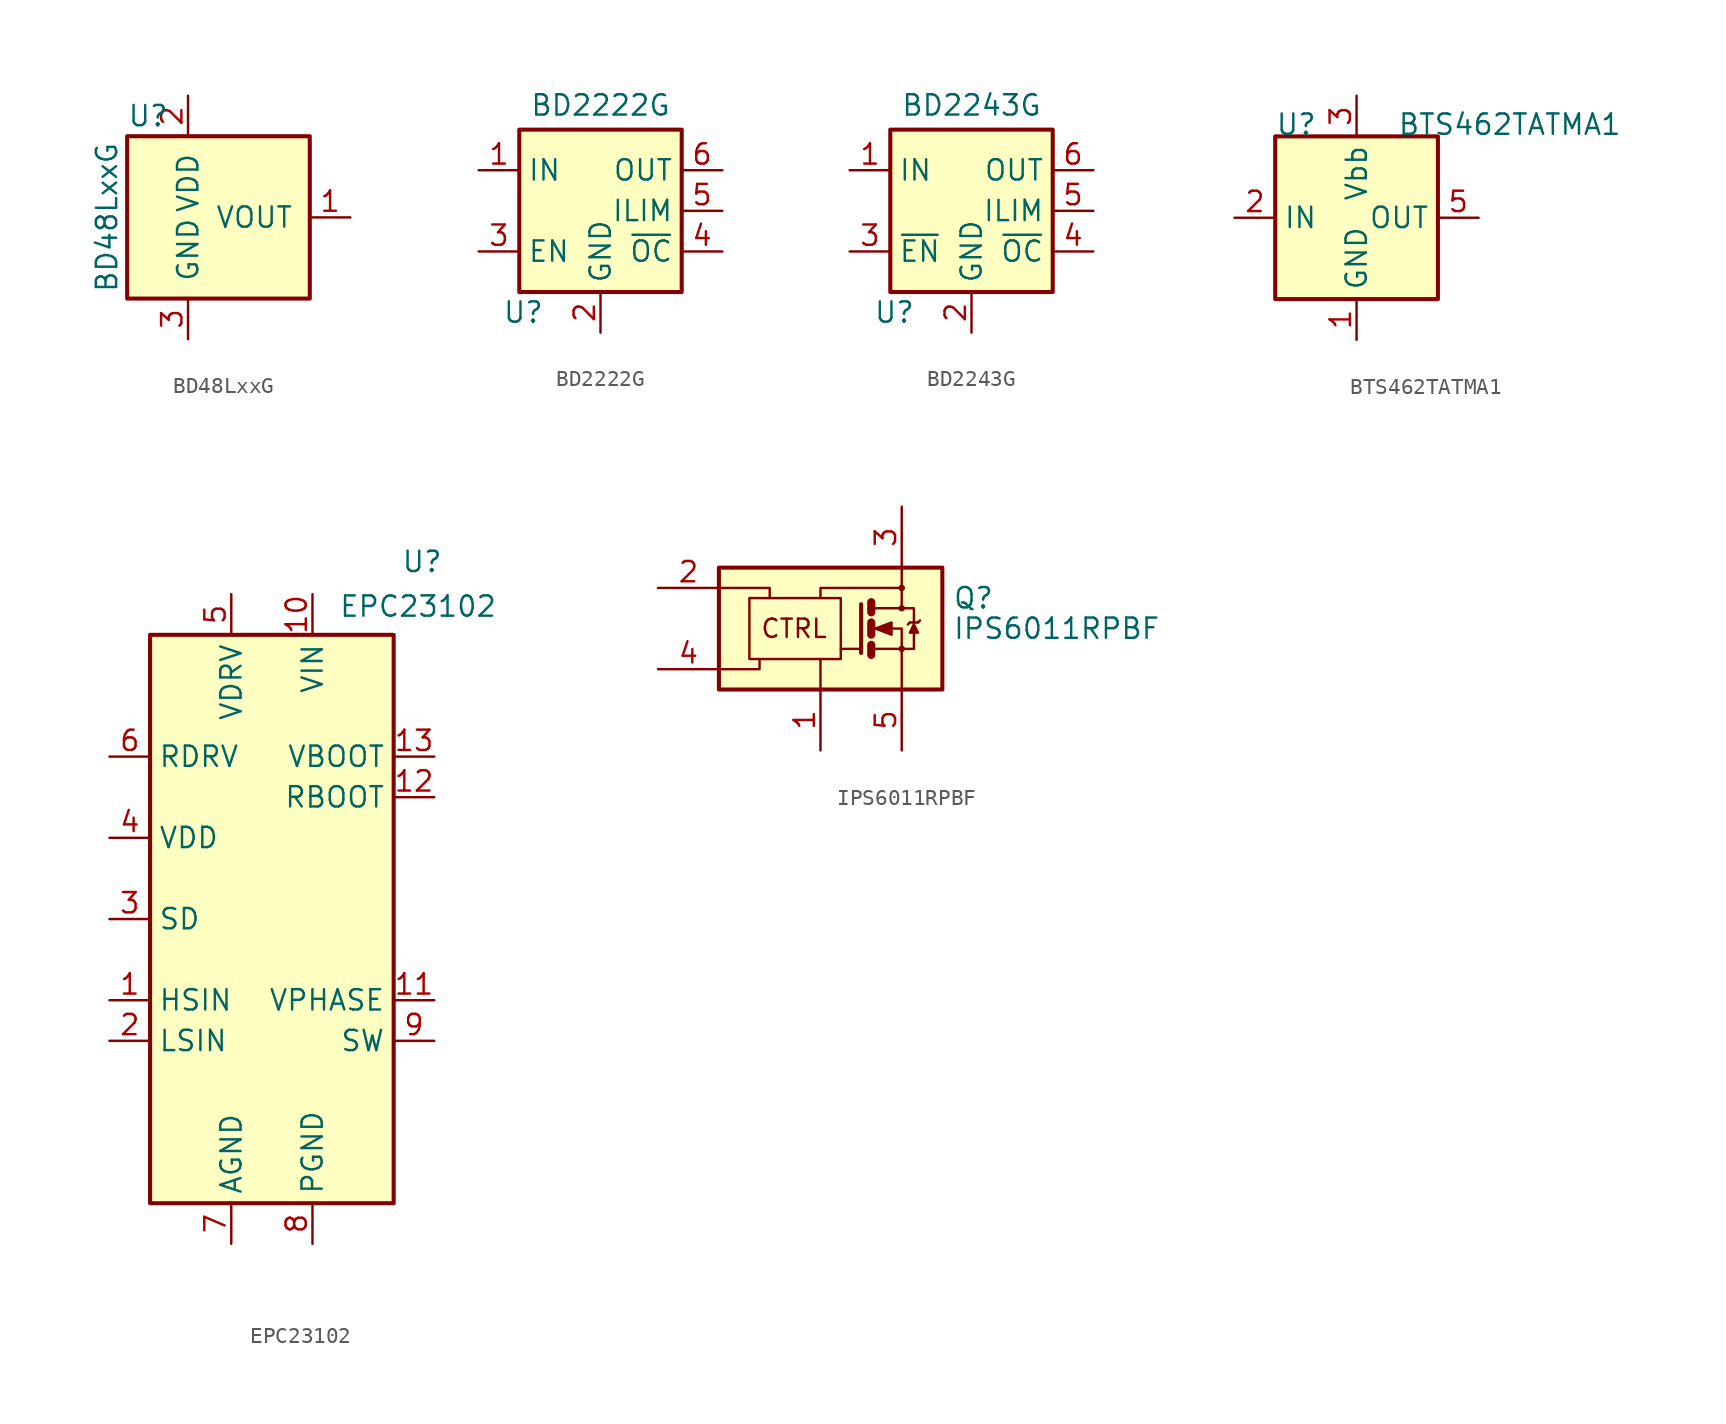
<source format=kicad_sym>
(kicad_symbol_lib
  (version 20241209)
  (generator "kicad_symbol_editor")
  (generator_version "9.0")
  (symbol "BD48LxxG"
    (pin_names
      (offset 1.016))
    (property "Reference" "U"
      (at -3.81 6.35 0)
      (effects (font (size 1.27 1.27)) (justify left)))
    (property "Value" "BD48LxxG"
      (at -5.08 0 90)
      (effects (font (size 1.27 1.27))))
    (symbol "BD48LxxG_1_1"
      (rectangle (start -3.81 5.08) (end 7.62 -5.08) (stroke (width 0.254) (type default)) (fill (type background)))
      (pin power_in line (at 0 7.62 270) (length 2.54) (name "VDD" (effects (font (size 1.27 1.27)))) (number "2" (effects (font (size 1.27 1.27)))))
      (pin power_in line (at 0 -7.62 90) (length 2.54) (name "GND" (effects (font (size 1.27 1.27)))) (number "3" (effects (font (size 1.27 1.27)))))
      (pin output line (at 10.16 0 180) (length 2.54) (name "VOUT" (effects (font (size 1.27 1.27)))) (number "1" (effects (font (size 1.27 1.27)))))))
  (symbol "BD2222G"
    (property "Reference" "U"
      (at -4.826 -6.35 0)
      (effects (font (size 1.27 1.27))))
    (property "Value" "BD2222G"
      (at 0 6.604 0)
      (effects (font (size 1.27 1.27))))
    (symbol "BD2222G_0_0"
      (pin power_in line (at -7.62 2.54 0) (length 2.54) (name "IN" (effects (font (size 1.27 1.27)))) (number "1" (effects (font (size 1.27 1.27)))))
      (pin input line (at -7.62 -2.54 0) (length 2.54) (name "EN" (effects (font (size 1.27 1.27)))) (number "3" (effects (font (size 1.27 1.27)))))
      (pin power_in line (at 0 -7.62 90) (length 2.54) (name "GND" (effects (font (size 1.27 1.27)))) (number "2" (effects (font (size 1.27 1.27)))))
      (pin power_out line (at 7.62 2.54 180) (length 2.54) (name "OUT" (effects (font (size 1.27 1.27)))) (number "6" (effects (font (size 1.27 1.27))))))
    (symbol "BD2222G_1_0"
      (pin input line (at 7.62 0 180) (length 2.54) (name "ILIM" (effects (font (size 1.27 1.27)))) (number "5" (effects (font (size 1.27 1.27)))))
      (pin open_collector line (at 7.62 -2.54 180) (length 2.54) (name "~{OC}" (effects (font (size 1.27 1.27)))) (number "4" (effects (font (size 1.27 1.27))))))
    (symbol "BD2222G_1_1"
      (rectangle (start -5.08 5.08) (end 5.08 -5.08) (stroke (width 0.254) (type default)) (fill (type background)))))
  (symbol "BD2243G"
    (property "Reference" "U"
      (at -4.826 -6.35 0)
      (effects (font (size 1.27 1.27))))
    (property "Value" "BD2243G"
      (at 0 6.604 0)
      (effects (font (size 1.27 1.27))))
    (symbol "BD2243G_0_0"
      (pin power_in line (at -7.62 2.54 0) (length 2.54) (name "IN" (effects (font (size 1.27 1.27)))) (number "1" (effects (font (size 1.27 1.27)))))
      (pin power_in line (at 0 -7.62 90) (length 2.54) (name "GND" (effects (font (size 1.27 1.27)))) (number "2" (effects (font (size 1.27 1.27)))))
      (pin power_out line (at 7.62 2.54 180) (length 2.54) (name "OUT" (effects (font (size 1.27 1.27)))) (number "6" (effects (font (size 1.27 1.27))))))
    (symbol "BD2243G_1_0"
      (pin input line (at -7.62 -2.54 0) (length 2.54) (name "~{EN}" (effects (font (size 1.27 1.27)))) (number "3" (effects (font (size 1.27 1.27)))))
      (pin input line (at 7.62 0 180) (length 2.54) (name "ILIM" (effects (font (size 1.27 1.27)))) (number "5" (effects (font (size 1.27 1.27)))))
      (pin open_collector line (at 7.62 -2.54 180) (length 2.54) (name "~{OC}" (effects (font (size 1.27 1.27)))) (number "4" (effects (font (size 1.27 1.27))))))
    (symbol "BD2243G_1_1"
      (rectangle (start -5.08 5.08) (end 5.08 -5.08) (stroke (width 0.254) (type default)) (fill (type background)))))
  (symbol "BTS462TATMA1"
    (property "Reference" "U"
      (at -5.08 5.08 0)
      (effects (font (size 1.27 1.27)) (justify left bottom)))
    (property "Value" "BTS462TATMA1"
      (at 2.54 5.08 0)
      (effects (font (size 1.27 1.27)) (justify left bottom)))
    (symbol "BTS462TATMA1_0_0"
      (rectangle (start -5.08 5.08) (end 5.08 -5.08) (stroke (width 0.254) (type default)) (fill (type background)))
      (pin input line (at -7.62 0 0) (length 2.54) (name "IN" (effects (font (size 1.27 1.27)))) (number "2" (effects (font (size 1.27 1.27)))))
      (pin power_in line (at 0 7.62 270) (length 2.54) (name "Vbb" (effects (font (size 1.27 1.27)))) (number "3" (effects (font (size 1.27 1.27)))))
      (pin power_in line (at 0 -7.62 90) (length 2.54) (name "GND" (effects (font (size 1.27 1.27)))) (number "1" (effects (font (size 1.27 1.27)))))
      (pin no_connect line (at 5.08 -2.54 180) (length 2.54) (hide yes) (name "NC" (effects (font (size 1.27 1.27)))) (number "4" (effects (font (size 1.27 1.27)))))
      (pin power_out line (at 7.62 0 180) (length 2.54) (name "OUT" (effects (font (size 1.27 1.27)))) (number "5" (effects (font (size 1.27 1.27)))))))
  (symbol "EPC23102"
    (property "Reference" "U"
      (at 9.398 22.352 0)
      (effects (font (size 1.27 1.27))))
    (property "Value" "EPC23102"
      (at 9.144 19.558 0)
      (effects (font (size 1.27 1.27))))
    (symbol "EPC23102_1_1"
      (rectangle (start -7.62 17.78) (end 7.62 -17.78) (stroke (width 0.254) (type default)) (fill (type background)))
      (pin passive line (at -10.16 10.16 0) (length 2.54) (name "RDRV" (effects (font (size 1.27 1.27)))) (number "6" (effects (font (size 1.27 1.27)))))
      (pin passive line (at -10.16 5.08 0) (length 2.54) (name "VDD" (effects (font (size 1.27 1.27)))) (number "4" (effects (font (size 1.27 1.27)))))
      (pin input line (at -10.16 0 0) (length 2.54) (name "SD" (effects (font (size 1.27 1.27)))) (number "3" (effects (font (size 1.27 1.27)))))
      (pin input line (at -10.16 -5.08 0) (length 2.54) (name "HSIN" (effects (font (size 1.27 1.27)))) (number "1" (effects (font (size 1.27 1.27)))))
      (pin input line (at -10.16 -7.62 0) (length 2.54) (name "LSIN" (effects (font (size 1.27 1.27)))) (number "2" (effects (font (size 1.27 1.27)))))
      (pin power_in line (at -2.54 20.32 270) (length 2.54) (name "VDRV" (effects (font (size 1.27 1.27)))) (number "5" (effects (font (size 1.27 1.27)))))
      (pin power_in line (at -2.54 -20.32 90) (length 2.54) (name "AGND" (effects (font (size 1.27 1.27)))) (number "7" (effects (font (size 1.27 1.27)))))
      (pin power_in line (at 2.54 20.32 270) (length 2.54) (name "VIN" (effects (font (size 1.27 1.27)))) (number "10" (effects (font (size 1.27 1.27)))))
      (pin power_in line (at 2.54 -20.32 90) (length 2.54) (name "PGND" (effects (font (size 1.27 1.27)))) (number "8" (effects (font (size 1.27 1.27)))))
      (pin input line (at 10.16 10.16 180) (length 2.54) (name "VBOOT" (effects (font (size 1.27 1.27)))) (number "13" (effects (font (size 1.27 1.27)))))
      (pin passive line (at 10.16 7.62 180) (length 2.54) (name "RBOOT" (effects (font (size 1.27 1.27)))) (number "12" (effects (font (size 1.27 1.27)))))
      (pin input line (at 10.16 -5.08 180) (length 2.54) (name "VPHASE" (effects (font (size 1.27 1.27)))) (number "11" (effects (font (size 1.27 1.27)))))
      (pin power_out line (at 10.16 -7.62 180) (length 2.54) (name "SW" (effects (font (size 1.27 1.27)))) (number "9" (effects (font (size 1.27 1.27)))))))
  (symbol "IPS6011RPBF"
    (pin_names
      (offset 0)
      (hide yes))
    (property "Reference" "Q"
      (at 8.255 1.905 0)
      (effects (font (size 1.27 1.27)) (justify left)))
    (property "Value" "IPS6011RPBF"
      (at 8.255 0 0)
      (effects (font (size 1.27 1.27)) (justify left)))
    (symbol "IPS6011RPBF_0_0"
      (rectangle (start -6.35 3.81) (end 7.62 -3.81) (stroke (width 0.254) (type default)) (fill (type background)))
      (polyline (pts (xy -6.35 2.54) (xy -3.175 2.54) (xy -3.175 1.905)) (stroke (width 0) (type default)) (fill (type none)))
      (polyline (pts (xy -6.35 -2.54) (xy -3.81 -2.54) (xy -3.81 -1.905)) (stroke (width 0) (type default)) (fill (type none)))
      (polyline (pts (xy 0 1.905) (xy 0 2.54) (xy 5.08 2.54)) (stroke (width 0) (type default)) (fill (type none)))
      (polyline (pts (xy 0 -3.81) (xy 0 -1.905)) (stroke (width 0) (type default)) (fill (type none)))
      (circle (center 5.08 2.54) (radius 0.127) (stroke (width 0) (type default)) (fill (type none)))
      (text "CTRL" (at -1.651 0 0) (effects (font (size 1.143 1.143)))))
    (symbol "IPS6011RPBF_0_1"
      (rectangle (start -4.445 1.905) (end 1.27 -1.905) (stroke (width 0) (type default)) (fill (type none)))
      (polyline (pts (xy 2.54 1.524) (xy 2.54 -1.524) (xy 2.54 -1.524)) (stroke (width 0.254) (type default)) (fill (type none)))
      (polyline (pts (xy 2.54 -1.27) (xy 1.27 -1.27)) (stroke (width 0) (type default)) (fill (type none)))
      (polyline (pts (xy 3.175 1.651) (xy 3.175 1.016)) (stroke (width 0.508) (type default)) (fill (type none)))
      (polyline (pts (xy 3.175 1.27) (xy 5.08 1.27) (xy 5.08 3.81)) (stroke (width 0) (type default)) (fill (type none)))
      (polyline (pts (xy 3.175 0.381) (xy 3.175 -0.381)) (stroke (width 0.508) (type default)) (fill (type none)))
      (polyline (pts (xy 3.175 0) (xy 5.08 0) (xy 5.08 -3.81)) (stroke (width 0) (type default)) (fill (type none)))
      (polyline (pts (xy 3.175 -1.016) (xy 3.175 -1.651)) (stroke (width 0.508) (type default)) (fill (type none)))
      (polyline (pts (xy 3.175 -1.27) (xy 5.08 -1.27)) (stroke (width 0) (type default)) (fill (type none)))
      (polyline (pts (xy 3.429 0) (xy 4.445 0.381) (xy 4.445 -0.381) (xy 3.429 0) (xy 3.556 0) (xy 3.556 0)) (stroke (width 0) (type default)) (fill (type outline)))
      (circle (center 5.08 1.27) (radius 0.127) (stroke (width 0) (type default)) (fill (type none)))
      (polyline (pts (xy 5.08 -1.27) (xy 5.842 -1.27) (xy 5.842 1.27) (xy 5.08 1.27)) (stroke (width 0) (type default)) (fill (type none)))
      (circle (center 5.08 -1.27) (radius 0.127) (stroke (width 0) (type default)) (fill (type none)))
      (polyline (pts (xy 5.588 0.381) (xy 5.461 0.254)) (stroke (width 0) (type default)) (fill (type none)))
      (polyline (pts (xy 5.588 0.381) (xy 6.096 0.381)) (stroke (width 0) (type default)) (fill (type none)))
      (polyline (pts (xy 5.842 0.254) (xy 5.588 -0.254) (xy 6.096 -0.254) (xy 5.842 0.254)) (stroke (width 0) (type default)) (fill (type outline)))
      (polyline (pts (xy 6.096 0.381) (xy 6.223 0.508)) (stroke (width 0) (type default)) (fill (type none))))
    (symbol "IPS6011RPBF_1_1"
      (pin input line (at -10.16 2.54 0) (length 3.81) (name "IN" (effects (font (size 1.27 1.27)))) (number "2" (effects (font (size 1.27 1.27)))))
      (pin bidirectional line (at -10.16 -2.54 0) (length 3.81) (name "DG" (effects (font (size 1.27 1.27)))) (number "4" (effects (font (size 1.27 1.27)))))
      (pin power_in line (at 0 -7.62 90) (length 3.81) (name "GND" (effects (font (size 1.27 1.27)))) (number "1" (effects (font (size 1.27 1.27)))))
      (pin power_in line (at 5.08 7.62 270) (length 3.81) (name "VCC" (effects (font (size 1.27 1.27)))) (number "3" (effects (font (size 1.27 1.27)))))
      (pin output line (at 5.08 -7.62 90) (length 3.81) (name "OUT" (effects (font (size 1.27 1.27)))) (number "5" (effects (font (size 1.27 1.27))))))))
</source>
